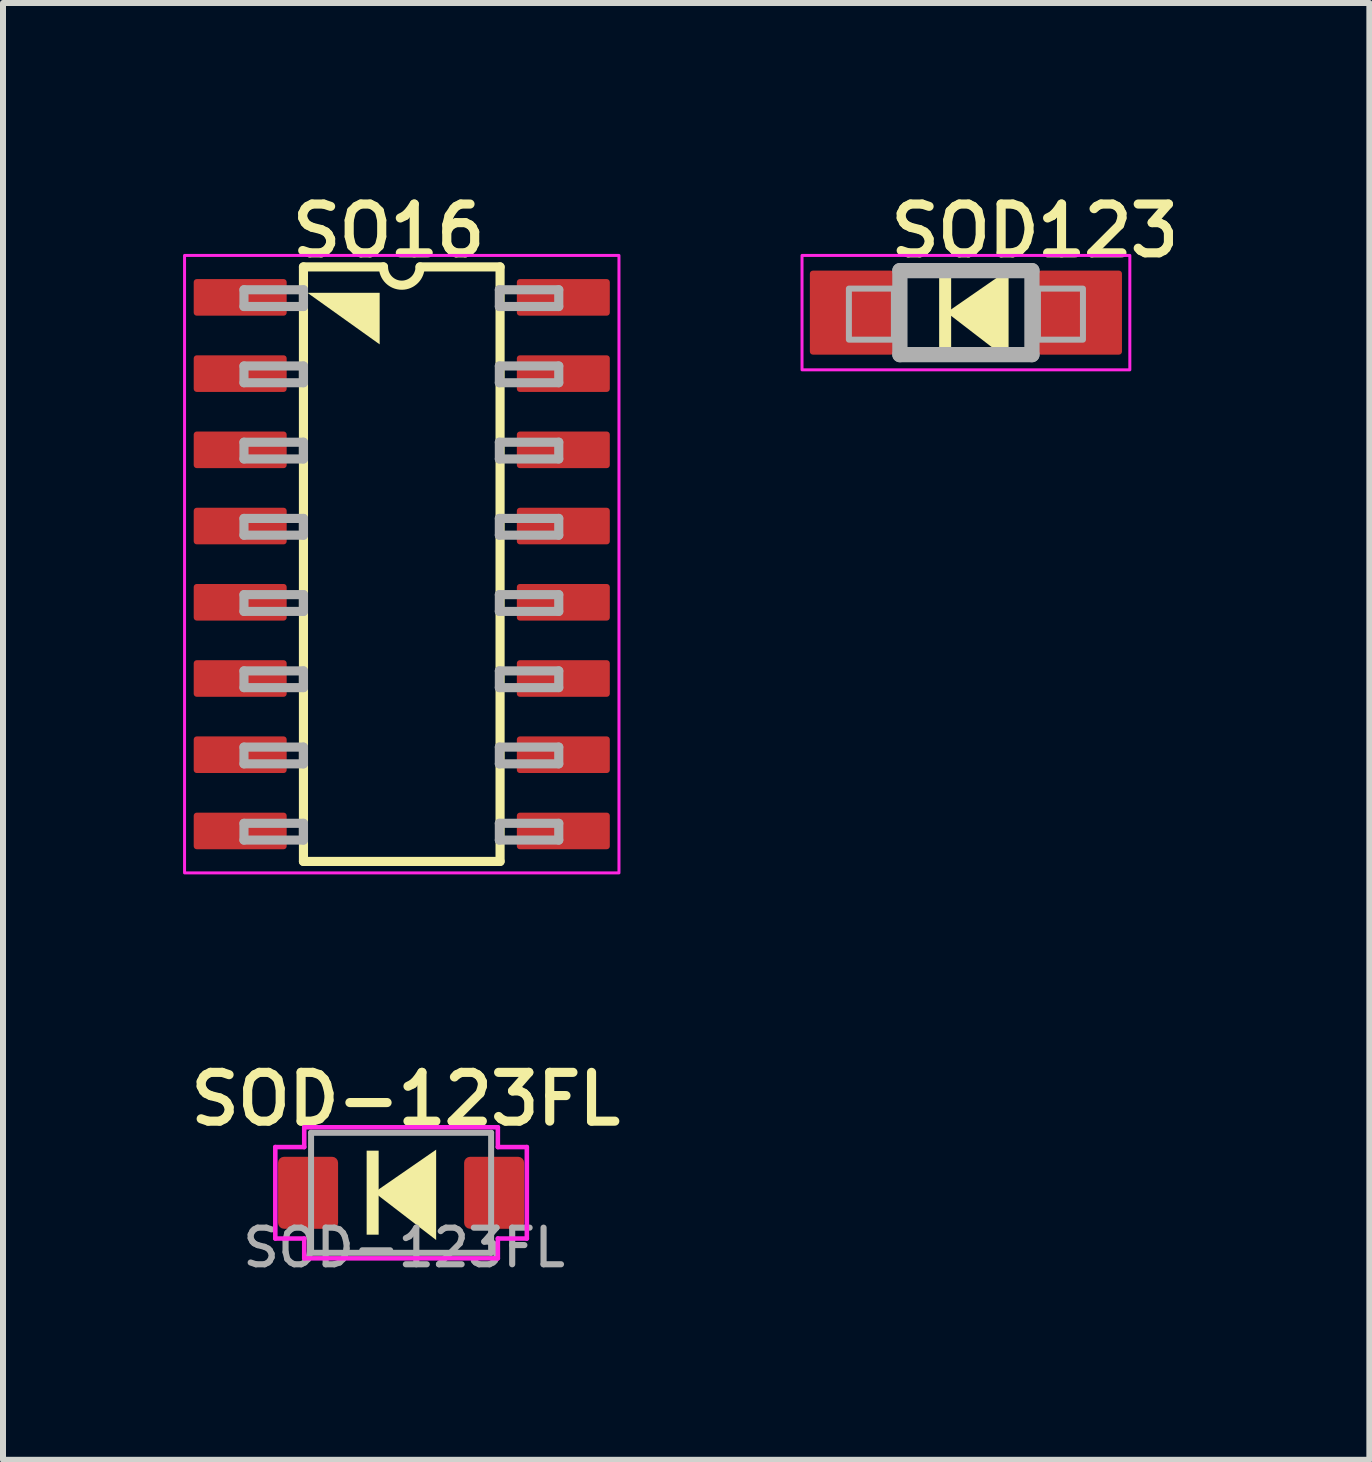
<source format=kicad_pcb>
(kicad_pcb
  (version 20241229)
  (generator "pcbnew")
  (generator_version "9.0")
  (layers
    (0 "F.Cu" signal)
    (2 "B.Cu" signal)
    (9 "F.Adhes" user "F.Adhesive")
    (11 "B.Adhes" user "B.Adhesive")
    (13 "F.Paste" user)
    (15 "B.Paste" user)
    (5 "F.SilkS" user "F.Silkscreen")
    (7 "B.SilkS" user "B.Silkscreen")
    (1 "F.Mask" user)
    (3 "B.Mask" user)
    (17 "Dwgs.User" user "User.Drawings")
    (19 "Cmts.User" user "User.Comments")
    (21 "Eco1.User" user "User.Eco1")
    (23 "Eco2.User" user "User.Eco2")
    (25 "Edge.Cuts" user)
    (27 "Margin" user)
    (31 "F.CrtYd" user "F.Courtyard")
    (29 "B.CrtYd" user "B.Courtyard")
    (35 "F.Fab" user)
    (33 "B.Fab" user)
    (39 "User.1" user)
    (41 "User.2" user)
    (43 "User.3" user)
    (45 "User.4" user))
  (footprint "SOD123"
    (layer "F.Cu")
    (at 13.044 2.159)
    (property "Reference" "SOD123" (at -1.333 -0.889 0) (layer "F.SilkS") (effects (font (size 0.813 0.813) (thickness 0.152)) (justify left bottom)))
    (attr smd)
    (fp_poly (pts (xy 0.711 0.79) (xy -0.32 -0.003) (xy 0.711 -0.717)) (stroke (width 0) (type default)) (fill yes) (layer "F.SilkS"))
    (fp_poly (pts (xy -0.446 0.7) (xy -0.246 0.7) (xy -0.246 -0.7) (xy -0.446 -0.7)) (stroke (width 0) (type default)) (fill yes) (layer "F.SilkS"))
    (fp_rect (start -2.731 -0.953) (end 2.731 0.953) (stroke (width 0.05) (type default)) (fill no) (layer "F.CrtYd"))
    (fp_line (start -1.1 -0.7) (end 1.1 -0.7) (stroke (width 0.254) (type solid)) (layer "F.Fab"))
    (fp_line (start -1.1 0.7) (end -1.1 -0.7) (stroke (width 0.254) (type solid)) (layer "F.Fab"))
    (fp_line (start 1.1 -0.7) (end 1.1 0.7) (stroke (width 0.254) (type solid)) (layer "F.Fab"))
    (fp_line (start 1.1 0.7) (end -1.1 0.7) (stroke (width 0.254) (type solid)) (layer "F.Fab"))
    (fp_poly (pts (xy -1.95 0.45) (xy -1.2 0.45) (xy -1.2 -0.4) (xy -1.95 -0.4)) (stroke (width 0.1) (type default)) (fill no) (layer "F.Fab"))
    (fp_poly (pts (xy 1.2 0.45) (xy 1.95 0.45) (xy 1.95 -0.4) (xy 1.2 -0.4)) (stroke (width 0.1) (type default)) (fill no) (layer "F.Fab"))
    (pad "A" smd roundrect (at 1.9 0) (size 1.4 1.4) (layers "F.Cu" "F.Mask" "F.Paste") (roundrect_rratio 0.036))
    (pad "C" smd roundrect (at -1.9 0) (size 1.4 1.4) (layers "F.Cu" "F.Mask" "F.Paste") (roundrect_rratio 0.036)))
  (footprint "SOD-123FL"
    (layer "F.Cu")
    (at 2.083 16.824)
    (property "Reference" "SOD-123FL" (at 1.626 -1.562 0) (layer "F.SilkS") (effects (font (size 0.813 0.813) (thickness 0.152) (bold yes))))
    (attr smd)
    (fp_poly (pts (xy 2.134 0.787) (xy 1.103 -0.006) (xy 2.134 -0.719)) (stroke (width 0) (type default)) (fill yes) (layer "F.SilkS"))
    (fp_poly (pts (xy 0.976 0.698) (xy 1.176 0.698) (xy 1.176 -0.702) (xy 0.976 -0.702)) (stroke (width 0) (type default)) (fill yes) (layer "F.SilkS"))
    (fp_line (start -0.546 -0.762) (end -0.064 -0.762) (stroke (width 0.076) (type solid)) (layer "F.CrtYd"))
    (fp_line (start -0.546 0.762) (end -0.546 -0.762) (stroke (width 0.076) (type solid)) (layer "F.CrtYd"))
    (fp_line (start -0.064 -1.092) (end 3.162 -1.092) (stroke (width 0.076) (type solid)) (layer "F.CrtYd"))
    (fp_line (start -0.064 -0.762) (end -0.064 -1.092) (stroke (width 0.076) (type solid)) (layer "F.CrtYd"))
    (fp_line (start -0.064 0.762) (end -0.546 0.762) (stroke (width 0.076) (type solid)) (layer "F.CrtYd"))
    (fp_line (start -0.064 1.092) (end -0.064 0.762) (stroke (width 0.076) (type solid)) (layer "F.CrtYd"))
    (fp_line (start 3.162 -1.092) (end 3.162 -0.762) (stroke (width 0.076) (type solid)) (layer "F.CrtYd"))
    (fp_line (start 3.162 -0.762) (end 3.645 -0.762) (stroke (width 0.076) (type solid)) (layer "F.CrtYd"))
    (fp_line (start 3.162 0.762) (end 3.162 1.092) (stroke (width 0.076) (type solid)) (layer "F.CrtYd"))
    (fp_line (start 3.162 1.092) (end -0.064 1.092) (stroke (width 0.076) (type solid)) (layer "F.CrtYd"))
    (fp_line (start 3.645 -0.762) (end 3.645 0.762) (stroke (width 0.076) (type solid)) (layer "F.CrtYd"))
    (fp_line (start 3.645 0.762) (end 3.162 0.762) (stroke (width 0.076) (type solid)) (layer "F.CrtYd"))
    (fp_line (start 0.05 -1) (end 3.05 -1) (stroke (width 0.1) (type solid)) (layer "F.Fab"))
    (fp_line (start 0.05 1) (end 0.05 -1) (stroke (width 0.1) (type solid)) (layer "F.Fab"))
    (fp_line (start 3.05 -1) (end 3.05 1) (stroke (width 0.1) (type solid)) (layer "F.Fab"))
    (fp_line (start 3.05 1) (end 0.05 1) (stroke (width 0.1) (type solid)) (layer "F.Fab"))
    (fp_text user "${REFERENCE}" (at 1.6 0.914 0) (layer "F.Fab") (effects (font (size 0.61 0.61) (thickness 0.102) (bold yes))))
    (pad "A" smd roundrect (at 3.1 0) (size 1 1.2) (layers "F.Cu" "F.Mask" "F.Paste") (roundrect_rratio 0.1))
    (pad "C" smd roundrect (at 0 0) (size 1 1.2) (layers "F.Cu" "F.Mask" "F.Paste") (roundrect_rratio 0.1)))
  (footprint "SO16"
    (layer "F.Cu")
    (at 3.644 6.35)
    (property "Reference" "SO16" (at -1.905 -5.08 0) (layer "F.SilkS") (effects (font (size 0.813 0.813) (thickness 0.152) (bold yes)) (justify left bottom)))
    (attr smd)
    (fp_line (start -1.638 -4.953) (end -1.638 4.953) (stroke (width 0.152) (type solid)) (layer "F.SilkS"))
    (fp_line (start -1.638 4.953) (end 1.638 4.953) (stroke (width 0.152) (type solid)) (layer "F.SilkS"))
    (fp_line (start -0.305 -4.953) (end -1.638 -4.953) (stroke (width 0.152) (type solid)) (layer "F.SilkS"))
    (fp_line (start 1.638 -4.953) (end 0.305 -4.953) (stroke (width 0.152) (type solid)) (layer "F.SilkS"))
    (fp_line (start 1.638 4.953) (end 1.638 -4.953) (stroke (width 0.152) (type solid)) (layer "F.SilkS"))
    (fp_arc (start 0.3048 -4.953) (mid 0 -4.6482) (end -0.3048 -4.953) (stroke (width 0.1524) (type solid)) (layer "F.SilkS"))
    (fp_poly (pts (xy -0.368 -3.662) (xy -1.571 -4.521) (xy -0.368 -4.521)) (stroke (width 0) (type default)) (fill yes) (layer "F.SilkS"))
    (fp_rect (start -3.619 -5.144) (end 3.619 5.144) (stroke (width 0.05) (type default)) (fill no) (layer "F.CrtYd"))
    (fp_line (start -2.629 -4.572) (end -2.629 -4.293) (stroke (width 0.152) (type solid)) (layer "F.Fab"))
    (fp_line (start -2.629 -4.293) (end -1.638 -4.293) (stroke (width 0.152) (type solid)) (layer "F.Fab"))
    (fp_line (start -2.629 -3.302) (end -2.629 -3.023) (stroke (width 0.152) (type solid)) (layer "F.Fab"))
    (fp_line (start -2.629 -3.023) (end -1.638 -3.023) (stroke (width 0.152) (type solid)) (layer "F.Fab"))
    (fp_line (start -2.629 -2.032) (end -2.629 -1.753) (stroke (width 0.152) (type solid)) (layer "F.Fab"))
    (fp_line (start -2.629 -1.753) (end -1.638 -1.753) (stroke (width 0.152) (type solid)) (layer "F.Fab"))
    (fp_line (start -2.629 -0.762) (end -2.629 -0.483) (stroke (width 0.152) (type solid)) (layer "F.Fab"))
    (fp_line (start -2.629 -0.483) (end -1.638 -0.483) (stroke (width 0.152) (type solid)) (layer "F.Fab"))
    (fp_line (start -2.629 0.508) (end -2.629 0.787) (stroke (width 0.152) (type solid)) (layer "F.Fab"))
    (fp_line (start -2.629 0.787) (end -1.638 0.787) (stroke (width 0.152) (type solid)) (layer "F.Fab"))
    (fp_line (start -2.629 1.778) (end -2.629 2.057) (stroke (width 0.152) (type solid)) (layer "F.Fab"))
    (fp_line (start -2.629 2.057) (end -1.638 2.057) (stroke (width 0.152) (type solid)) (layer "F.Fab"))
    (fp_line (start -2.629 3.048) (end -2.629 3.327) (stroke (width 0.152) (type solid)) (layer "F.Fab"))
    (fp_line (start -2.629 3.327) (end -1.638 3.327) (stroke (width 0.152) (type solid)) (layer "F.Fab"))
    (fp_line (start -2.629 4.318) (end -2.629 4.597) (stroke (width 0.152) (type solid)) (layer "F.Fab"))
    (fp_line (start -2.629 4.597) (end -1.638 4.597) (stroke (width 0.152) (type solid)) (layer "F.Fab"))
    (fp_line (start -1.638 -4.572) (end -2.629 -4.572) (stroke (width 0.152) (type solid)) (layer "F.Fab"))
    (fp_line (start -1.638 -4.293) (end -1.638 -4.572) (stroke (width 0.152) (type solid)) (layer "F.Fab"))
    (fp_line (start -1.638 -3.302) (end -2.629 -3.302) (stroke (width 0.152) (type solid)) (layer "F.Fab"))
    (fp_line (start -1.638 -3.023) (end -1.638 -3.302) (stroke (width 0.152) (type solid)) (layer "F.Fab"))
    (fp_line (start -1.638 -2.032) (end -2.629 -2.032) (stroke (width 0.152) (type solid)) (layer "F.Fab"))
    (fp_line (start -1.638 -1.753) (end -1.638 -2.032) (stroke (width 0.152) (type solid)) (layer "F.Fab"))
    (fp_line (start -1.638 -0.762) (end -2.629 -0.762) (stroke (width 0.152) (type solid)) (layer "F.Fab"))
    (fp_line (start -1.638 -0.483) (end -1.638 -0.762) (stroke (width 0.152) (type solid)) (layer "F.Fab"))
    (fp_line (start -1.638 0.508) (end -2.629 0.508) (stroke (width 0.152) (type solid)) (layer "F.Fab"))
    (fp_line (start -1.638 0.787) (end -1.638 0.508) (stroke (width 0.152) (type solid)) (layer "F.Fab"))
    (fp_line (start -1.638 1.778) (end -2.629 1.778) (stroke (width 0.152) (type solid)) (layer "F.Fab"))
    (fp_line (start -1.638 2.057) (end -1.638 1.778) (stroke (width 0.152) (type solid)) (layer "F.Fab"))
    (fp_line (start -1.638 3.048) (end -2.629 3.048) (stroke (width 0.152) (type solid)) (layer "F.Fab"))
    (fp_line (start -1.638 3.327) (end -1.638 3.048) (stroke (width 0.152) (type solid)) (layer "F.Fab"))
    (fp_line (start -1.638 4.318) (end -2.629 4.318) (stroke (width 0.152) (type solid)) (layer "F.Fab"))
    (fp_line (start -1.638 4.597) (end -1.638 4.318) (stroke (width 0.152) (type solid)) (layer "F.Fab"))
    (fp_line (start 1.626 -4.572) (end 1.626 -4.293) (stroke (width 0.152) (type solid)) (layer "F.Fab"))
    (fp_line (start 1.626 -4.293) (end 2.616 -4.293) (stroke (width 0.152) (type solid)) (layer "F.Fab"))
    (fp_line (start 1.626 -3.302) (end 1.626 -3.023) (stroke (width 0.152) (type solid)) (layer "F.Fab"))
    (fp_line (start 1.626 -3.023) (end 2.616 -3.023) (stroke (width 0.152) (type solid)) (layer "F.Fab"))
    (fp_line (start 1.626 -2.032) (end 1.626 -1.753) (stroke (width 0.152) (type solid)) (layer "F.Fab"))
    (fp_line (start 1.626 -1.753) (end 2.616 -1.753) (stroke (width 0.152) (type solid)) (layer "F.Fab"))
    (fp_line (start 1.626 -0.762) (end 1.626 -0.483) (stroke (width 0.152) (type solid)) (layer "F.Fab"))
    (fp_line (start 1.626 -0.483) (end 2.616 -0.483) (stroke (width 0.152) (type solid)) (layer "F.Fab"))
    (fp_line (start 1.626 0.508) (end 1.626 0.787) (stroke (width 0.152) (type solid)) (layer "F.Fab"))
    (fp_line (start 1.626 0.787) (end 2.616 0.787) (stroke (width 0.152) (type solid)) (layer "F.Fab"))
    (fp_line (start 1.626 1.778) (end 1.626 2.057) (stroke (width 0.152) (type solid)) (layer "F.Fab"))
    (fp_line (start 1.626 2.057) (end 2.616 2.057) (stroke (width 0.152) (type solid)) (layer "F.Fab"))
    (fp_line (start 1.626 3.048) (end 1.626 3.327) (stroke (width 0.152) (type solid)) (layer "F.Fab"))
    (fp_line (start 1.626 3.327) (end 2.616 3.327) (stroke (width 0.152) (type solid)) (layer "F.Fab"))
    (fp_line (start 1.626 4.318) (end 1.626 4.597) (stroke (width 0.152) (type solid)) (layer "F.Fab"))
    (fp_line (start 1.626 4.597) (end 2.616 4.597) (stroke (width 0.152) (type solid)) (layer "F.Fab"))
    (fp_line (start 2.616 -4.572) (end 1.626 -4.572) (stroke (width 0.152) (type solid)) (layer "F.Fab"))
    (fp_line (start 2.616 -4.293) (end 2.616 -4.572) (stroke (width 0.152) (type solid)) (layer "F.Fab"))
    (fp_line (start 2.616 -3.302) (end 1.626 -3.302) (stroke (width 0.152) (type solid)) (layer "F.Fab"))
    (fp_line (start 2.616 -3.023) (end 2.616 -3.302) (stroke (width 0.152) (type solid)) (layer "F.Fab"))
    (fp_line (start 2.616 -2.032) (end 1.626 -2.032) (stroke (width 0.152) (type solid)) (layer "F.Fab"))
    (fp_line (start 2.616 -1.753) (end 2.616 -2.032) (stroke (width 0.152) (type solid)) (layer "F.Fab"))
    (fp_line (start 2.616 -0.762) (end 1.626 -0.762) (stroke (width 0.152) (type solid)) (layer "F.Fab"))
    (fp_line (start 2.616 -0.483) (end 2.616 -0.762) (stroke (width 0.152) (type solid)) (layer "F.Fab"))
    (fp_line (start 2.616 0.508) (end 1.626 0.508) (stroke (width 0.152) (type solid)) (layer "F.Fab"))
    (fp_line (start 2.616 0.787) (end 2.616 0.508) (stroke (width 0.152) (type solid)) (layer "F.Fab"))
    (fp_line (start 2.616 1.778) (end 1.626 1.778) (stroke (width 0.152) (type solid)) (layer "F.Fab"))
    (fp_line (start 2.616 2.057) (end 2.616 1.778) (stroke (width 0.152) (type solid)) (layer "F.Fab"))
    (fp_line (start 2.616 3.048) (end 1.626 3.048) (stroke (width 0.152) (type solid)) (layer "F.Fab"))
    (fp_line (start 2.616 3.327) (end 2.616 3.048) (stroke (width 0.152) (type solid)) (layer "F.Fab"))
    (fp_line (start 2.616 4.318) (end 1.626 4.318) (stroke (width 0.152) (type solid)) (layer "F.Fab"))
    (fp_line (start 2.616 4.597) (end 2.616 4.318) (stroke (width 0.152) (type solid)) (layer "F.Fab"))
    (pad "1" smd roundrect (at -2.692 -4.445) (size 1.549 0.61) (layers "F.Cu" "F.Mask" "F.Paste") (roundrect_rratio 0.083))
    (pad "2" smd roundrect (at -2.692 -3.175) (size 1.549 0.61) (layers "F.Cu" "F.Mask" "F.Paste") (roundrect_rratio 0.083))
    (pad "3" smd roundrect (at -2.692 -1.905) (size 1.549 0.61) (layers "F.Cu" "F.Mask" "F.Paste") (roundrect_rratio 0.083))
    (pad "4" smd roundrect (at -2.692 -0.635) (size 1.549 0.61) (layers "F.Cu" "F.Mask" "F.Paste") (roundrect_rratio 0.083))
    (pad "5" smd roundrect (at -2.692 0.635) (size 1.549 0.61) (layers "F.Cu" "F.Mask" "F.Paste") (roundrect_rratio 0.083))
    (pad "6" smd roundrect (at -2.692 1.905) (size 1.549 0.61) (layers "F.Cu" "F.Mask" "F.Paste") (roundrect_rratio 0.083))
    (pad "7" smd roundrect (at -2.692 3.175) (size 1.549 0.61) (layers "F.Cu" "F.Mask" "F.Paste") (roundrect_rratio 0.083))
    (pad "8" smd roundrect (at -2.692 4.445) (size 1.549 0.61) (layers "F.Cu" "F.Mask" "F.Paste") (roundrect_rratio 0.083))
    (pad "9" smd roundrect (at 2.692 4.445) (size 1.549 0.61) (layers "F.Cu" "F.Mask" "F.Paste") (roundrect_rratio 0.083))
    (pad "10" smd roundrect (at 2.692 3.175) (size 1.549 0.61) (layers "F.Cu" "F.Mask" "F.Paste") (roundrect_rratio 0.083))
    (pad "11" smd roundrect (at 2.692 1.905) (size 1.549 0.61) (layers "F.Cu" "F.Mask" "F.Paste") (roundrect_rratio 0.083))
    (pad "12" smd roundrect (at 2.692 0.635) (size 1.549 0.61) (layers "F.Cu" "F.Mask" "F.Paste") (roundrect_rratio 0.083))
    (pad "13" smd roundrect (at 2.692 -0.635) (size 1.549 0.61) (layers "F.Cu" "F.Mask" "F.Paste") (roundrect_rratio 0.083))
    (pad "14" smd roundrect (at 2.692 -1.905) (size 1.549 0.61) (layers "F.Cu" "F.Mask" "F.Paste") (roundrect_rratio 0.083))
    (pad "15" smd roundrect (at 2.692 -3.175) (size 1.549 0.61) (layers "F.Cu" "F.Mask" "F.Paste") (roundrect_rratio 0.083))
    (pad "16" smd roundrect (at 2.692 -4.445) (size 1.549 0.61) (layers "F.Cu" "F.Mask" "F.Paste") (roundrect_rratio 0.083)))
  (gr_rect
    (start -3 -3)
    (end 19.766 21.273)
    (stroke (width 0.1) (type default))
    (fill no)
    (layer "Edge.Cuts")))
</source>
